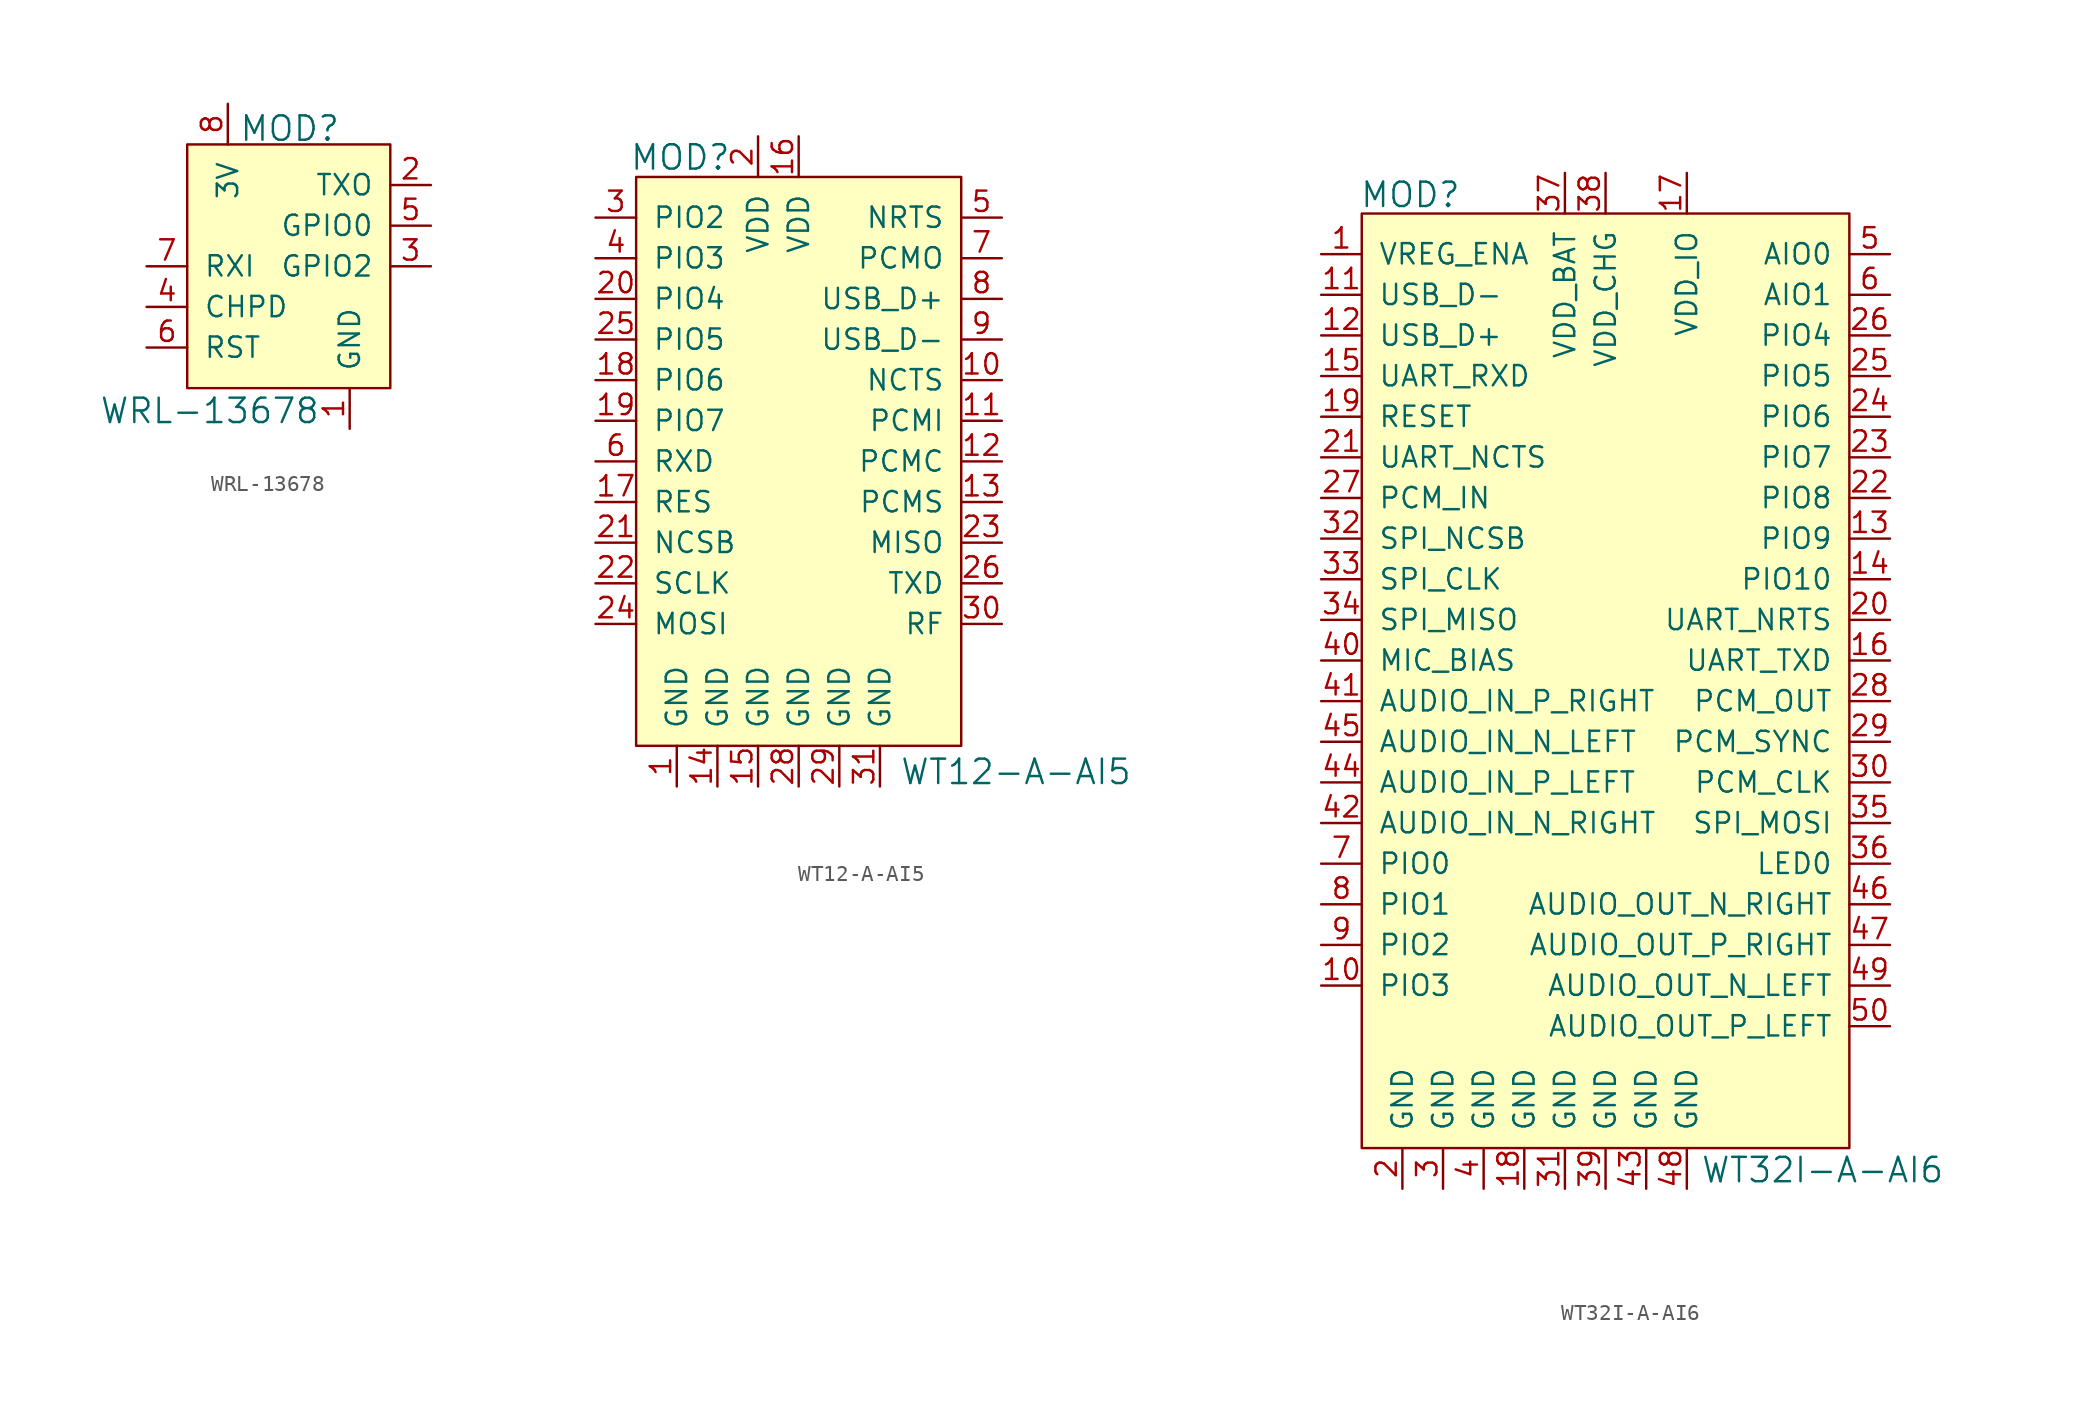
<source format=kicad_sym>
(kicad_symbol_lib
  (version 20231120)
  (generator "kicad_symbol_editor")
  (generator_version "8.0")
  (symbol "WRL-13678"
    (pin_names
      (offset 1.016))
    (property "Reference" "MOD"
      (at -1.854 6.071 0)
      (effects (font (size 1.524 1.524)) (justify left)))
    (property "Value" "WRL-13678"
      (at 3.251 -11.582 0)
      (effects (font (size 1.524 1.524)) (justify right)))
    (symbol "WRL-13678_0_1"
      (rectangle (start 7.62 5.08) (end -5.08 -10.16) (stroke (width 0) (type solid)) (fill (type background))))
    (symbol "WRL-13678_1_1"
      (pin power_in line (at 5.08 -12.7 90) (length 2.54) (name "GND" (effects (font (size 1.27 1.27)))) (number "1" (effects (font (size 1.27 1.27)))))
      (pin output line (at 10.16 2.54 180) (length 2.54) (name "TXO" (effects (font (size 1.27 1.27)))) (number "2" (effects (font (size 1.27 1.27)))))
      (pin bidirectional line (at 10.16 -2.54 180) (length 2.54) (name "GPIO2" (effects (font (size 1.27 1.27)))) (number "3" (effects (font (size 1.27 1.27)))))
      (pin input line (at -7.62 -5.08 0) (length 2.54) (name "CHPD" (effects (font (size 1.27 1.27)))) (number "4" (effects (font (size 1.27 1.27)))))
      (pin bidirectional line (at 10.16 0 180) (length 2.54) (name "GPIO0" (effects (font (size 1.27 1.27)))) (number "5" (effects (font (size 1.27 1.27)))))
      (pin input line (at -7.62 -7.62 0) (length 2.54) (name "RST" (effects (font (size 1.27 1.27)))) (number "6" (effects (font (size 1.27 1.27)))))
      (pin input line (at -7.62 -2.54 0) (length 2.54) (name "RXI" (effects (font (size 1.27 1.27)))) (number "7" (effects (font (size 1.27 1.27)))))
      (pin power_in line (at -2.54 7.62 270) (length 2.54) (name "3V" (effects (font (size 1.27 1.27)))) (number "8" (effects (font (size 1.27 1.27)))))))
  (symbol "WT12-A-AI5"
    (pin_names
      (offset 1.016))
    (property "Reference" "MOD"
      (at -1.676 16.459 0)
      (effects (font (size 1.524 1.524)) (justify right)))
    (property "Value" "WT12-A-AI5"
      (at 8.839 -21.946 0)
      (effects (font (size 1.524 1.524)) (justify left)))
    (symbol "WT12-A-AI5_0_1"
      (rectangle (start -7.62 15.24) (end 12.7 -20.32) (stroke (width 0) (type solid)) (fill (type background))))
    (symbol "WT12-A-AI5_1_1"
      (pin power_in line (at -5.08 -22.86 90) (length 2.54) (name "GND" (effects (font (size 1.27 1.27)))) (number "1" (effects (font (size 1.27 1.27)))))
      (pin input line (at 15.24 2.54 180) (length 2.54) (name "NCTS" (effects (font (size 1.27 1.27)))) (number "10" (effects (font (size 1.27 1.27)))))
      (pin bidirectional line (at 15.24 0 180) (length 2.54) (name "PCMI" (effects (font (size 1.27 1.27)))) (number "11" (effects (font (size 1.27 1.27)))))
      (pin bidirectional line (at 15.24 -2.54 180) (length 2.54) (name "PCMC" (effects (font (size 1.27 1.27)))) (number "12" (effects (font (size 1.27 1.27)))))
      (pin bidirectional line (at 15.24 -5.08 180) (length 2.54) (name "PCMS" (effects (font (size 1.27 1.27)))) (number "13" (effects (font (size 1.27 1.27)))))
      (pin power_in line (at -2.54 -22.86 90) (length 2.54) (name "GND" (effects (font (size 1.27 1.27)))) (number "14" (effects (font (size 1.27 1.27)))))
      (pin power_in line (at 0 -22.86 90) (length 2.54) (name "GND" (effects (font (size 1.27 1.27)))) (number "15" (effects (font (size 1.27 1.27)))))
      (pin power_in line (at 2.54 17.78 270) (length 2.54) (name "VDD" (effects (font (size 1.27 1.27)))) (number "16" (effects (font (size 1.27 1.27)))))
      (pin input line (at -10.16 -5.08 0) (length 2.54) (name "RES" (effects (font (size 1.27 1.27)))) (number "17" (effects (font (size 1.27 1.27)))))
      (pin bidirectional line (at -10.16 2.54 0) (length 2.54) (name "PIO6" (effects (font (size 1.27 1.27)))) (number "18" (effects (font (size 1.27 1.27)))))
      (pin bidirectional line (at -10.16 0 0) (length 2.54) (name "PIO7" (effects (font (size 1.27 1.27)))) (number "19" (effects (font (size 1.27 1.27)))))
      (pin power_in line (at 0 17.78 270) (length 2.54) (name "VDD" (effects (font (size 1.27 1.27)))) (number "2" (effects (font (size 1.27 1.27)))))
      (pin bidirectional line (at -10.16 7.62 0) (length 2.54) (name "PIO4" (effects (font (size 1.27 1.27)))) (number "20" (effects (font (size 1.27 1.27)))))
      (pin input line (at -10.16 -7.62 0) (length 2.54) (name "NCSB" (effects (font (size 1.27 1.27)))) (number "21" (effects (font (size 1.27 1.27)))))
      (pin input line (at -10.16 -10.16 0) (length 2.54) (name "SCLK" (effects (font (size 1.27 1.27)))) (number "22" (effects (font (size 1.27 1.27)))))
      (pin output line (at 15.24 -7.62 180) (length 2.54) (name "MISO" (effects (font (size 1.27 1.27)))) (number "23" (effects (font (size 1.27 1.27)))))
      (pin input line (at -10.16 -12.7 0) (length 2.54) (name "MOSI" (effects (font (size 1.27 1.27)))) (number "24" (effects (font (size 1.27 1.27)))))
      (pin bidirectional line (at -10.16 5.08 0) (length 2.54) (name "PIO5" (effects (font (size 1.27 1.27)))) (number "25" (effects (font (size 1.27 1.27)))))
      (pin output line (at 15.24 -10.16 180) (length 2.54) (name "TXD" (effects (font (size 1.27 1.27)))) (number "26" (effects (font (size 1.27 1.27)))))
      (pin no_connect line (at 10.16 -20.32 90) (length 2.54) hide (name "NC" (effects (font (size 1.27 1.27)))) (number "27" (effects (font (size 1.27 1.27)))))
      (pin power_in line (at 2.54 -22.86 90) (length 2.54) (name "GND" (effects (font (size 1.27 1.27)))) (number "28" (effects (font (size 1.27 1.27)))))
      (pin power_in line (at 5.08 -22.86 90) (length 2.54) (name "GND" (effects (font (size 1.27 1.27)))) (number "29" (effects (font (size 1.27 1.27)))))
      (pin bidirectional line (at -10.16 12.7 0) (length 2.54) (name "PIO2" (effects (font (size 1.27 1.27)))) (number "3" (effects (font (size 1.27 1.27)))))
      (pin bidirectional line (at 15.24 -12.7 180) (length 2.54) (name "RF" (effects (font (size 1.27 1.27)))) (number "30" (effects (font (size 1.27 1.27)))))
      (pin power_in line (at 7.62 -22.86 90) (length 2.54) (name "GND" (effects (font (size 1.27 1.27)))) (number "31" (effects (font (size 1.27 1.27)))))
      (pin bidirectional line (at -10.16 10.16 0) (length 2.54) (name "PIO3" (effects (font (size 1.27 1.27)))) (number "4" (effects (font (size 1.27 1.27)))))
      (pin output line (at 15.24 12.7 180) (length 2.54) (name "NRTS" (effects (font (size 1.27 1.27)))) (number "5" (effects (font (size 1.27 1.27)))))
      (pin input line (at -10.16 -2.54 0) (length 2.54) (name "RXD" (effects (font (size 1.27 1.27)))) (number "6" (effects (font (size 1.27 1.27)))))
      (pin output line (at 15.24 10.16 180) (length 2.54) (name "PCMO" (effects (font (size 1.27 1.27)))) (number "7" (effects (font (size 1.27 1.27)))))
      (pin bidirectional line (at 15.24 7.62 180) (length 2.54) (name "USB_D+" (effects (font (size 1.27 1.27)))) (number "8" (effects (font (size 1.27 1.27)))))
      (pin bidirectional line (at 15.24 5.08 180) (length 2.54) (name "USB_D-" (effects (font (size 1.27 1.27)))) (number "9" (effects (font (size 1.27 1.27)))))))
  (symbol "WT32I-A-AI6"
    (pin_names
      (offset 1.016))
    (property "Reference" "MOD"
      (at -9.017 18.948 0)
      (effects (font (size 1.524 1.524)) (justify right)))
    (property "Value" "WT32I-A-AI6"
      (at 5.918 -42.012 0)
      (effects (font (size 1.524 1.524)) (justify left)))
    (symbol "WT32I-A-AI6_0_1"
      (rectangle (start -15.24 17.78) (end 15.24 -40.64) (stroke (width 0) (type solid)) (fill (type background))))
    (symbol "WT32I-A-AI6_1_1"
      (pin input line (at -17.78 15.24 0) (length 2.54) (name "VREG_ENA" (effects (font (size 1.27 1.27)))) (number "1" (effects (font (size 1.27 1.27)))))
      (pin bidirectional line (at -17.78 -30.48 0) (length 2.54) (name "PIO3" (effects (font (size 1.27 1.27)))) (number "10" (effects (font (size 1.27 1.27)))))
      (pin bidirectional line (at -17.78 12.7 0) (length 2.54) (name "USB_D-" (effects (font (size 1.27 1.27)))) (number "11" (effects (font (size 1.27 1.27)))))
      (pin bidirectional line (at -17.78 10.16 0) (length 2.54) (name "USB_D+" (effects (font (size 1.27 1.27)))) (number "12" (effects (font (size 1.27 1.27)))))
      (pin bidirectional line (at 17.78 -2.54 180) (length 2.54) (name "PIO9" (effects (font (size 1.27 1.27)))) (number "13" (effects (font (size 1.27 1.27)))))
      (pin bidirectional line (at 17.78 -5.08 180) (length 2.54) (name "PIO10" (effects (font (size 1.27 1.27)))) (number "14" (effects (font (size 1.27 1.27)))))
      (pin input line (at -17.78 7.62 0) (length 2.54) (name "UART_RXD" (effects (font (size 1.27 1.27)))) (number "15" (effects (font (size 1.27 1.27)))))
      (pin input line (at 17.78 -10.16 180) (length 2.54) (name "UART_TXD" (effects (font (size 1.27 1.27)))) (number "16" (effects (font (size 1.27 1.27)))))
      (pin power_in line (at 5.08 20.32 270) (length 2.54) (name "VDD_IO" (effects (font (size 1.27 1.27)))) (number "17" (effects (font (size 1.27 1.27)))))
      (pin power_in line (at -5.08 -43.18 90) (length 2.54) (name "GND" (effects (font (size 1.27 1.27)))) (number "18" (effects (font (size 1.27 1.27)))))
      (pin input line (at -17.78 5.08 0) (length 2.54) (name "RESET" (effects (font (size 1.27 1.27)))) (number "19" (effects (font (size 1.27 1.27)))))
      (pin power_in line (at -12.7 -43.18 90) (length 2.54) (name "GND" (effects (font (size 1.27 1.27)))) (number "2" (effects (font (size 1.27 1.27)))))
      (pin output line (at 17.78 -7.62 180) (length 2.54) (name "UART_NRTS" (effects (font (size 1.27 1.27)))) (number "20" (effects (font (size 1.27 1.27)))))
      (pin input line (at -17.78 2.54 0) (length 2.54) (name "UART_NCTS" (effects (font (size 1.27 1.27)))) (number "21" (effects (font (size 1.27 1.27)))))
      (pin bidirectional line (at 17.78 0 180) (length 2.54) (name "PIO8" (effects (font (size 1.27 1.27)))) (number "22" (effects (font (size 1.27 1.27)))))
      (pin bidirectional line (at 17.78 2.54 180) (length 2.54) (name "PIO7" (effects (font (size 1.27 1.27)))) (number "23" (effects (font (size 1.27 1.27)))))
      (pin bidirectional line (at 17.78 5.08 180) (length 2.54) (name "PIO6" (effects (font (size 1.27 1.27)))) (number "24" (effects (font (size 1.27 1.27)))))
      (pin bidirectional line (at 17.78 7.62 180) (length 2.54) (name "PIO5" (effects (font (size 1.27 1.27)))) (number "25" (effects (font (size 1.27 1.27)))))
      (pin bidirectional line (at 17.78 10.16 180) (length 2.54) (name "PIO4" (effects (font (size 1.27 1.27)))) (number "26" (effects (font (size 1.27 1.27)))))
      (pin input line (at -17.78 0 0) (length 2.54) (name "PCM_IN" (effects (font (size 1.27 1.27)))) (number "27" (effects (font (size 1.27 1.27)))))
      (pin output line (at 17.78 -12.7 180) (length 2.54) (name "PCM_OUT" (effects (font (size 1.27 1.27)))) (number "28" (effects (font (size 1.27 1.27)))))
      (pin bidirectional line (at 17.78 -15.24 180) (length 2.54) (name "PCM_SYNC" (effects (font (size 1.27 1.27)))) (number "29" (effects (font (size 1.27 1.27)))))
      (pin power_in line (at -10.16 -43.18 90) (length 2.54) (name "GND" (effects (font (size 1.27 1.27)))) (number "3" (effects (font (size 1.27 1.27)))))
      (pin bidirectional line (at 17.78 -17.78 180) (length 2.54) (name "PCM_CLK" (effects (font (size 1.27 1.27)))) (number "30" (effects (font (size 1.27 1.27)))))
      (pin power_in line (at -2.54 -43.18 90) (length 2.54) (name "GND" (effects (font (size 1.27 1.27)))) (number "31" (effects (font (size 1.27 1.27)))))
      (pin input line (at -17.78 -2.54 0) (length 2.54) (name "SPI_NCSB" (effects (font (size 1.27 1.27)))) (number "32" (effects (font (size 1.27 1.27)))))
      (pin input line (at -17.78 -5.08 0) (length 2.54) (name "SPI_CLK" (effects (font (size 1.27 1.27)))) (number "33" (effects (font (size 1.27 1.27)))))
      (pin input line (at -17.78 -7.62 0) (length 2.54) (name "SPI_MISO" (effects (font (size 1.27 1.27)))) (number "34" (effects (font (size 1.27 1.27)))))
      (pin output line (at 17.78 -20.32 180) (length 2.54) (name "SPI_MOSI" (effects (font (size 1.27 1.27)))) (number "35" (effects (font (size 1.27 1.27)))))
      (pin output line (at 17.78 -22.86 180) (length 2.54) (name "LED0" (effects (font (size 1.27 1.27)))) (number "36" (effects (font (size 1.27 1.27)))))
      (pin power_in line (at -2.54 20.32 270) (length 2.54) (name "VDD_BAT" (effects (font (size 1.27 1.27)))) (number "37" (effects (font (size 1.27 1.27)))))
      (pin power_in line (at 0 20.32 270) (length 2.54) (name "VDD_CHG" (effects (font (size 1.27 1.27)))) (number "38" (effects (font (size 1.27 1.27)))))
      (pin power_in line (at 0 -43.18 90) (length 2.54) (name "GND" (effects (font (size 1.27 1.27)))) (number "39" (effects (font (size 1.27 1.27)))))
      (pin power_in line (at -7.62 -43.18 90) (length 2.54) (name "GND" (effects (font (size 1.27 1.27)))) (number "4" (effects (font (size 1.27 1.27)))))
      (pin power_in line (at -17.78 -10.16 0) (length 2.54) (name "MIC_BIAS" (effects (font (size 1.27 1.27)))) (number "40" (effects (font (size 1.27 1.27)))))
      (pin input line (at -17.78 -12.7 0) (length 2.54) (name "AUDIO_IN_P_RIGHT" (effects (font (size 1.27 1.27)))) (number "41" (effects (font (size 1.27 1.27)))))
      (pin input line (at -17.78 -20.32 0) (length 2.54) (name "AUDIO_IN_N_RIGHT" (effects (font (size 1.27 1.27)))) (number "42" (effects (font (size 1.27 1.27)))))
      (pin power_in line (at 2.54 -43.18 90) (length 2.54) (name "GND" (effects (font (size 1.27 1.27)))) (number "43" (effects (font (size 1.27 1.27)))))
      (pin input line (at -17.78 -17.78 0) (length 2.54) (name "AUDIO_IN_P_LEFT" (effects (font (size 1.27 1.27)))) (number "44" (effects (font (size 1.27 1.27)))))
      (pin input line (at -17.78 -15.24 0) (length 2.54) (name "AUDIO_IN_N_LEFT" (effects (font (size 1.27 1.27)))) (number "45" (effects (font (size 1.27 1.27)))))
      (pin output line (at 17.78 -25.4 180) (length 2.54) (name "AUDIO_OUT_N_RIGHT" (effects (font (size 1.27 1.27)))) (number "46" (effects (font (size 1.27 1.27)))))
      (pin output line (at 17.78 -27.94 180) (length 2.54) (name "AUDIO_OUT_P_RIGHT" (effects (font (size 1.27 1.27)))) (number "47" (effects (font (size 1.27 1.27)))))
      (pin power_in line (at 5.08 -43.18 90) (length 2.54) (name "GND" (effects (font (size 1.27 1.27)))) (number "48" (effects (font (size 1.27 1.27)))))
      (pin output line (at 17.78 -30.48 180) (length 2.54) (name "AUDIO_OUT_N_LEFT" (effects (font (size 1.27 1.27)))) (number "49" (effects (font (size 1.27 1.27)))))
      (pin bidirectional line (at 17.78 15.24 180) (length 2.54) (name "AIO0" (effects (font (size 1.27 1.27)))) (number "5" (effects (font (size 1.27 1.27)))))
      (pin output line (at 17.78 -33.02 180) (length 2.54) (name "AUDIO_OUT_P_LEFT" (effects (font (size 1.27 1.27)))) (number "50" (effects (font (size 1.27 1.27)))))
      (pin bidirectional line (at 17.78 12.7 180) (length 2.54) (name "AIO1" (effects (font (size 1.27 1.27)))) (number "6" (effects (font (size 1.27 1.27)))))
      (pin bidirectional line (at -17.78 -22.86 0) (length 2.54) (name "PIO0" (effects (font (size 1.27 1.27)))) (number "7" (effects (font (size 1.27 1.27)))))
      (pin bidirectional line (at -17.78 -25.4 0) (length 2.54) (name "PIO1" (effects (font (size 1.27 1.27)))) (number "8" (effects (font (size 1.27 1.27)))))
      (pin bidirectional line (at -17.78 -27.94 0) (length 2.54) (name "PIO2" (effects (font (size 1.27 1.27)))) (number "9" (effects (font (size 1.27 1.27))))))))
</source>
